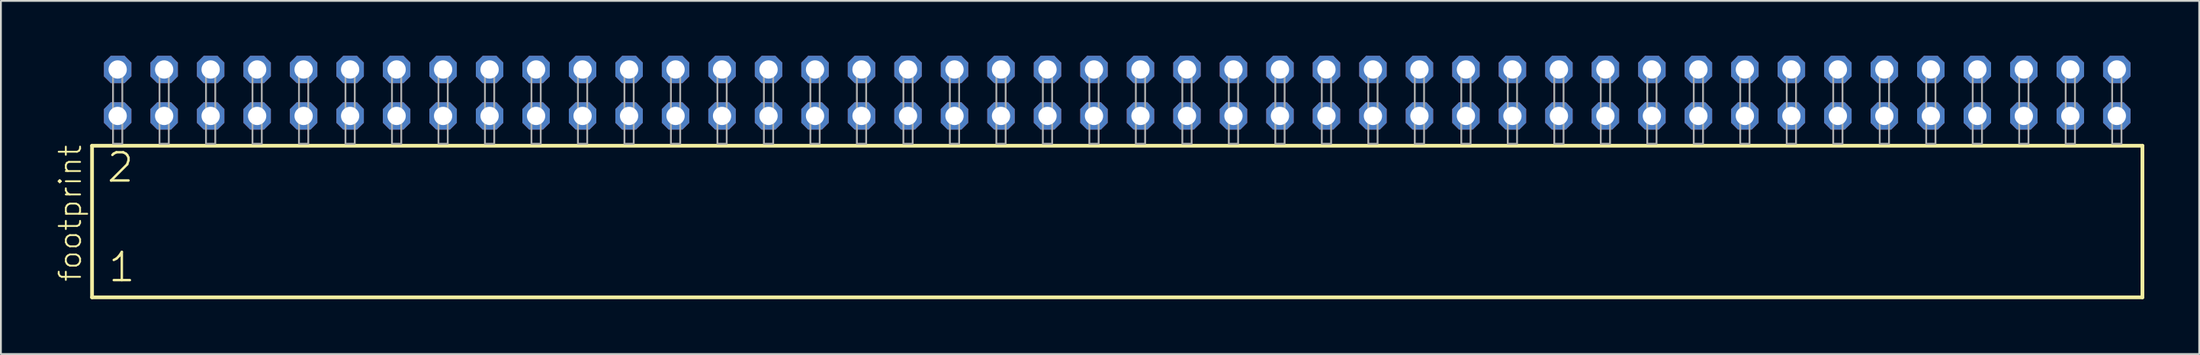
<source format=kicad_pcb>
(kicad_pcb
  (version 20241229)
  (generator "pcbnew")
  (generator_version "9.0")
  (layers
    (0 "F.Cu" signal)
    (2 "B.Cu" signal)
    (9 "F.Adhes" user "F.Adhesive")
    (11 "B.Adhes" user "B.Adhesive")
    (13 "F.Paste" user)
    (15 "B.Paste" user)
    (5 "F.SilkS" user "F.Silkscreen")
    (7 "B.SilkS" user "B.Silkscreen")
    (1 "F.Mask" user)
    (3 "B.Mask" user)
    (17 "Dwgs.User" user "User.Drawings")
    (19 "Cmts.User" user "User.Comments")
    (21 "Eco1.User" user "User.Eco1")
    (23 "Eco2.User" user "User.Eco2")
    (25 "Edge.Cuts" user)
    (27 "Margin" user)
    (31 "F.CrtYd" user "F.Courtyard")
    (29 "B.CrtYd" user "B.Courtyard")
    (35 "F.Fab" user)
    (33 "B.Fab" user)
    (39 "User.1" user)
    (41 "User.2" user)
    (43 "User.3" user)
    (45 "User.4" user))
  (footprint "footprint"
    (layer "F.Cu")
    (at 57.988 4.814)
    (property "Reference" "footprint" (at -56.515 7.62 90) (layer "F.SilkS") (effects (font (size 1.168 1.168) (thickness 0.102)) (justify left bottom)))
    (fp_line (start -56.009 0.106) (end -56.009 8.396) (stroke (width 0.203) (type solid)) (layer "F.SilkS"))
    (fp_line (start -56.009 8.396) (end 56.009 8.396) (stroke (width 0.203) (type solid)) (layer "F.SilkS"))
    (fp_line (start 56.009 0.106) (end -56.009 0.106) (stroke (width 0.203) (type solid)) (layer "F.SilkS"))
    (fp_line (start 56.009 8.396) (end 56.009 0.106) (stroke (width 0.203) (type solid)) (layer "F.SilkS"))
    (fp_poly (pts (xy -54.864 0) (xy -54.356 0) (xy -54.356 -4.318) (xy -54.864 -4.318)) (stroke (width 0.1) (type solid)) (fill no) (layer "F.Fab"))
    (fp_poly (pts (xy -52.324 0) (xy -51.816 0) (xy -51.816 -4.318) (xy -52.324 -4.318)) (stroke (width 0.1) (type solid)) (fill no) (layer "F.Fab"))
    (fp_poly (pts (xy -49.784 0) (xy -49.276 0) (xy -49.276 -4.318) (xy -49.784 -4.318)) (stroke (width 0.1) (type solid)) (fill no) (layer "F.Fab"))
    (fp_poly (pts (xy -47.244 0) (xy -46.736 0) (xy -46.736 -4.318) (xy -47.244 -4.318)) (stroke (width 0.1) (type solid)) (fill no) (layer "F.Fab"))
    (fp_poly (pts (xy -44.704 0) (xy -44.196 0) (xy -44.196 -4.318) (xy -44.704 -4.318)) (stroke (width 0.1) (type solid)) (fill no) (layer "F.Fab"))
    (fp_poly (pts (xy -42.164 0) (xy -41.656 0) (xy -41.656 -4.318) (xy -42.164 -4.318)) (stroke (width 0.1) (type solid)) (fill no) (layer "F.Fab"))
    (fp_poly (pts (xy -39.624 0) (xy -39.116 0) (xy -39.116 -4.318) (xy -39.624 -4.318)) (stroke (width 0.1) (type solid)) (fill no) (layer "F.Fab"))
    (fp_poly (pts (xy -37.084 0) (xy -36.576 0) (xy -36.576 -4.318) (xy -37.084 -4.318)) (stroke (width 0.1) (type solid)) (fill no) (layer "F.Fab"))
    (fp_poly (pts (xy -34.544 0) (xy -34.036 0) (xy -34.036 -4.318) (xy -34.544 -4.318)) (stroke (width 0.1) (type solid)) (fill no) (layer "F.Fab"))
    (fp_poly (pts (xy -32.004 0) (xy -31.496 0) (xy -31.496 -4.318) (xy -32.004 -4.318)) (stroke (width 0.1) (type solid)) (fill no) (layer "F.Fab"))
    (fp_poly (pts (xy -29.464 0) (xy -28.956 0) (xy -28.956 -4.318) (xy -29.464 -4.318)) (stroke (width 0.1) (type solid)) (fill no) (layer "F.Fab"))
    (fp_poly (pts (xy -26.924 0) (xy -26.416 0) (xy -26.416 -4.318) (xy -26.924 -4.318)) (stroke (width 0.1) (type solid)) (fill no) (layer "F.Fab"))
    (fp_poly (pts (xy -24.384 0) (xy -23.876 0) (xy -23.876 -4.318) (xy -24.384 -4.318)) (stroke (width 0.1) (type solid)) (fill no) (layer "F.Fab"))
    (fp_poly (pts (xy -21.844 0) (xy -21.336 0) (xy -21.336 -4.318) (xy -21.844 -4.318)) (stroke (width 0.1) (type solid)) (fill no) (layer "F.Fab"))
    (fp_poly (pts (xy -19.304 0) (xy -18.796 0) (xy -18.796 -4.318) (xy -19.304 -4.318)) (stroke (width 0.1) (type solid)) (fill no) (layer "F.Fab"))
    (fp_poly (pts (xy -16.764 0) (xy -16.256 0) (xy -16.256 -4.318) (xy -16.764 -4.318)) (stroke (width 0.1) (type solid)) (fill no) (layer "F.Fab"))
    (fp_poly (pts (xy -14.224 0) (xy -13.716 0) (xy -13.716 -4.318) (xy -14.224 -4.318)) (stroke (width 0.1) (type solid)) (fill no) (layer "F.Fab"))
    (fp_poly (pts (xy -11.684 0) (xy -11.176 0) (xy -11.176 -4.318) (xy -11.684 -4.318)) (stroke (width 0.1) (type solid)) (fill no) (layer "F.Fab"))
    (fp_poly (pts (xy -9.144 0) (xy -8.636 0) (xy -8.636 -4.318) (xy -9.144 -4.318)) (stroke (width 0.1) (type solid)) (fill no) (layer "F.Fab"))
    (fp_poly (pts (xy -6.604 0) (xy -6.096 0) (xy -6.096 -4.318) (xy -6.604 -4.318)) (stroke (width 0.1) (type solid)) (fill no) (layer "F.Fab"))
    (fp_poly (pts (xy -4.064 0) (xy -3.556 0) (xy -3.556 -4.318) (xy -4.064 -4.318)) (stroke (width 0.1) (type solid)) (fill no) (layer "F.Fab"))
    (fp_poly (pts (xy -1.524 0) (xy -1.016 0) (xy -1.016 -4.318) (xy -1.524 -4.318)) (stroke (width 0.1) (type solid)) (fill no) (layer "F.Fab"))
    (fp_poly (pts (xy 1.016 0) (xy 1.524 0) (xy 1.524 -4.318) (xy 1.016 -4.318)) (stroke (width 0.1) (type solid)) (fill no) (layer "F.Fab"))
    (fp_poly (pts (xy 3.556 0) (xy 4.064 0) (xy 4.064 -4.318) (xy 3.556 -4.318)) (stroke (width 0.1) (type solid)) (fill no) (layer "F.Fab"))
    (fp_poly (pts (xy 6.096 0) (xy 6.604 0) (xy 6.604 -4.318) (xy 6.096 -4.318)) (stroke (width 0.1) (type solid)) (fill no) (layer "F.Fab"))
    (fp_poly (pts (xy 8.636 0) (xy 9.144 0) (xy 9.144 -4.318) (xy 8.636 -4.318)) (stroke (width 0.1) (type solid)) (fill no) (layer "F.Fab"))
    (fp_poly (pts (xy 11.176 0) (xy 11.684 0) (xy 11.684 -4.318) (xy 11.176 -4.318)) (stroke (width 0.1) (type solid)) (fill no) (layer "F.Fab"))
    (fp_poly (pts (xy 13.716 0) (xy 14.224 0) (xy 14.224 -4.318) (xy 13.716 -4.318)) (stroke (width 0.1) (type solid)) (fill no) (layer "F.Fab"))
    (fp_poly (pts (xy 16.256 0) (xy 16.764 0) (xy 16.764 -4.318) (xy 16.256 -4.318)) (stroke (width 0.1) (type solid)) (fill no) (layer "F.Fab"))
    (fp_poly (pts (xy 18.796 0) (xy 19.304 0) (xy 19.304 -4.318) (xy 18.796 -4.318)) (stroke (width 0.1) (type solid)) (fill no) (layer "F.Fab"))
    (fp_poly (pts (xy 21.336 0) (xy 21.844 0) (xy 21.844 -4.318) (xy 21.336 -4.318)) (stroke (width 0.1) (type solid)) (fill no) (layer "F.Fab"))
    (fp_poly (pts (xy 23.876 0) (xy 24.384 0) (xy 24.384 -4.318) (xy 23.876 -4.318)) (stroke (width 0.1) (type solid)) (fill no) (layer "F.Fab"))
    (fp_poly (pts (xy 26.416 0) (xy 26.924 0) (xy 26.924 -4.318) (xy 26.416 -4.318)) (stroke (width 0.1) (type solid)) (fill no) (layer "F.Fab"))
    (fp_poly (pts (xy 28.956 0) (xy 29.464 0) (xy 29.464 -4.318) (xy 28.956 -4.318)) (stroke (width 0.1) (type solid)) (fill no) (layer "F.Fab"))
    (fp_poly (pts (xy 31.496 0) (xy 32.004 0) (xy 32.004 -4.318) (xy 31.496 -4.318)) (stroke (width 0.1) (type solid)) (fill no) (layer "F.Fab"))
    (fp_poly (pts (xy 34.036 0) (xy 34.544 0) (xy 34.544 -4.318) (xy 34.036 -4.318)) (stroke (width 0.1) (type solid)) (fill no) (layer "F.Fab"))
    (fp_poly (pts (xy 36.576 0) (xy 37.084 0) (xy 37.084 -4.318) (xy 36.576 -4.318)) (stroke (width 0.1) (type solid)) (fill no) (layer "F.Fab"))
    (fp_poly (pts (xy 39.116 0) (xy 39.624 0) (xy 39.624 -4.318) (xy 39.116 -4.318)) (stroke (width 0.1) (type solid)) (fill no) (layer "F.Fab"))
    (fp_poly (pts (xy 41.656 0) (xy 42.164 0) (xy 42.164 -4.318) (xy 41.656 -4.318)) (stroke (width 0.1) (type solid)) (fill no) (layer "F.Fab"))
    (fp_poly (pts (xy 44.196 0) (xy 44.704 0) (xy 44.704 -4.318) (xy 44.196 -4.318)) (stroke (width 0.1) (type solid)) (fill no) (layer "F.Fab"))
    (fp_poly (pts (xy 46.736 0) (xy 47.244 0) (xy 47.244 -4.318) (xy 46.736 -4.318)) (stroke (width 0.1) (type solid)) (fill no) (layer "F.Fab"))
    (fp_poly (pts (xy 49.276 0) (xy 49.784 0) (xy 49.784 -4.318) (xy 49.276 -4.318)) (stroke (width 0.1) (type solid)) (fill no) (layer "F.Fab"))
    (fp_poly (pts (xy 51.816 0) (xy 52.324 0) (xy 52.324 -4.318) (xy 51.816 -4.318)) (stroke (width 0.1) (type solid)) (fill no) (layer "F.Fab"))
    (fp_poly (pts (xy 54.356 0) (xy 54.864 0) (xy 54.864 -4.318) (xy 54.356 -4.318)) (stroke (width 0.1) (type solid)) (fill no) (layer "F.Fab"))
    (fp_text user "2" (at -55.28 2.2 0) (layer "F.SilkS") (effects (font (size 1.542 1.542) (thickness 0.134)) (justify left bottom)))
    (fp_text user "1" (at -55.205 7.65 0) (layer "F.SilkS") (effects (font (size 1.542 1.542) (thickness 0.134)) (justify left bottom)))
    (pad "1" thru_hole roundrect (at -54.61 -1.524) (size 1.5 1.5) (drill 1) (layers "*.Cu" "*.Mask") (roundrect_rratio 0.25) (chamfer_ratio 0.25) (chamfer top_left top_right bottom_left bottom_right))
    (pad "2" thru_hole roundrect (at -54.61 -4.064) (size 1.5 1.5) (drill 1) (layers "*.Cu" "*.Mask") (roundrect_rratio 0.25) (chamfer_ratio 0.25) (chamfer top_left top_right bottom_left bottom_right))
    (pad "3" thru_hole roundrect (at -52.07 -1.524) (size 1.5 1.5) (drill 1) (layers "*.Cu" "*.Mask") (roundrect_rratio 0.25) (chamfer_ratio 0.25) (chamfer top_left top_right bottom_left bottom_right))
    (pad "4" thru_hole roundrect (at -52.07 -4.064) (size 1.5 1.5) (drill 1) (layers "*.Cu" "*.Mask") (roundrect_rratio 0.25) (chamfer_ratio 0.25) (chamfer top_left top_right bottom_left bottom_right))
    (pad "5" thru_hole roundrect (at -49.53 -1.524) (size 1.5 1.5) (drill 1) (layers "*.Cu" "*.Mask") (roundrect_rratio 0.25) (chamfer_ratio 0.25) (chamfer top_left top_right bottom_left bottom_right))
    (pad "6" thru_hole roundrect (at -49.53 -4.064) (size 1.5 1.5) (drill 1) (layers "*.Cu" "*.Mask") (roundrect_rratio 0.25) (chamfer_ratio 0.25) (chamfer top_left top_right bottom_left bottom_right))
    (pad "7" thru_hole roundrect (at -46.99 -1.524) (size 1.5 1.5) (drill 1) (layers "*.Cu" "*.Mask") (roundrect_rratio 0.25) (chamfer_ratio 0.25) (chamfer top_left top_right bottom_left bottom_right))
    (pad "8" thru_hole roundrect (at -46.99 -4.064) (size 1.5 1.5) (drill 1) (layers "*.Cu" "*.Mask") (roundrect_rratio 0.25) (chamfer_ratio 0.25) (chamfer top_left top_right bottom_left bottom_right))
    (pad "9" thru_hole roundrect (at -44.45 -1.524) (size 1.5 1.5) (drill 1) (layers "*.Cu" "*.Mask") (roundrect_rratio 0.25) (chamfer_ratio 0.25) (chamfer top_left top_right bottom_left bottom_right))
    (pad "10" thru_hole roundrect (at -44.45 -4.064) (size 1.5 1.5) (drill 1) (layers "*.Cu" "*.Mask") (roundrect_rratio 0.25) (chamfer_ratio 0.25) (chamfer top_left top_right bottom_left bottom_right))
    (pad "11" thru_hole roundrect (at -41.91 -1.524) (size 1.5 1.5) (drill 1) (layers "*.Cu" "*.Mask") (roundrect_rratio 0.25) (chamfer_ratio 0.25) (chamfer top_left top_right bottom_left bottom_right))
    (pad "12" thru_hole roundrect (at -41.91 -4.064) (size 1.5 1.5) (drill 1) (layers "*.Cu" "*.Mask") (roundrect_rratio 0.25) (chamfer_ratio 0.25) (chamfer top_left top_right bottom_left bottom_right))
    (pad "13" thru_hole roundrect (at -39.37 -1.524) (size 1.5 1.5) (drill 1) (layers "*.Cu" "*.Mask") (roundrect_rratio 0.25) (chamfer_ratio 0.25) (chamfer top_left top_right bottom_left bottom_right))
    (pad "14" thru_hole roundrect (at -39.37 -4.064) (size 1.5 1.5) (drill 1) (layers "*.Cu" "*.Mask") (roundrect_rratio 0.25) (chamfer_ratio 0.25) (chamfer top_left top_right bottom_left bottom_right))
    (pad "15" thru_hole roundrect (at -36.83 -1.524) (size 1.5 1.5) (drill 1) (layers "*.Cu" "*.Mask") (roundrect_rratio 0.25) (chamfer_ratio 0.25) (chamfer top_left top_right bottom_left bottom_right))
    (pad "16" thru_hole roundrect (at -36.83 -4.064) (size 1.5 1.5) (drill 1) (layers "*.Cu" "*.Mask") (roundrect_rratio 0.25) (chamfer_ratio 0.25) (chamfer top_left top_right bottom_left bottom_right))
    (pad "17" thru_hole roundrect (at -34.29 -1.524) (size 1.5 1.5) (drill 1) (layers "*.Cu" "*.Mask") (roundrect_rratio 0.25) (chamfer_ratio 0.25) (chamfer top_left top_right bottom_left bottom_right))
    (pad "18" thru_hole roundrect (at -34.29 -4.064) (size 1.5 1.5) (drill 1) (layers "*.Cu" "*.Mask") (roundrect_rratio 0.25) (chamfer_ratio 0.25) (chamfer top_left top_right bottom_left bottom_right))
    (pad "19" thru_hole roundrect (at -31.75 -1.524) (size 1.5 1.5) (drill 1) (layers "*.Cu" "*.Mask") (roundrect_rratio 0.25) (chamfer_ratio 0.25) (chamfer top_left top_right bottom_left bottom_right))
    (pad "20" thru_hole roundrect (at -31.75 -4.064) (size 1.5 1.5) (drill 1) (layers "*.Cu" "*.Mask") (roundrect_rratio 0.25) (chamfer_ratio 0.25) (chamfer top_left top_right bottom_left bottom_right))
    (pad "21" thru_hole roundrect (at -29.21 -1.524) (size 1.5 1.5) (drill 1) (layers "*.Cu" "*.Mask") (roundrect_rratio 0.25) (chamfer_ratio 0.25) (chamfer top_left top_right bottom_left bottom_right))
    (pad "22" thru_hole roundrect (at -29.21 -4.064) (size 1.5 1.5) (drill 1) (layers "*.Cu" "*.Mask") (roundrect_rratio 0.25) (chamfer_ratio 0.25) (chamfer top_left top_right bottom_left bottom_right))
    (pad "23" thru_hole roundrect (at -26.67 -1.524) (size 1.5 1.5) (drill 1) (layers "*.Cu" "*.Mask") (roundrect_rratio 0.25) (chamfer_ratio 0.25) (chamfer top_left top_right bottom_left bottom_right))
    (pad "24" thru_hole roundrect (at -26.67 -4.064) (size 1.5 1.5) (drill 1) (layers "*.Cu" "*.Mask") (roundrect_rratio 0.25) (chamfer_ratio 0.25) (chamfer top_left top_right bottom_left bottom_right))
    (pad "25" thru_hole roundrect (at -24.13 -1.524) (size 1.5 1.5) (drill 1) (layers "*.Cu" "*.Mask") (roundrect_rratio 0.25) (chamfer_ratio 0.25) (chamfer top_left top_right bottom_left bottom_right))
    (pad "26" thru_hole roundrect (at -24.13 -4.064) (size 1.5 1.5) (drill 1) (layers "*.Cu" "*.Mask") (roundrect_rratio 0.25) (chamfer_ratio 0.25) (chamfer top_left top_right bottom_left bottom_right))
    (pad "27" thru_hole roundrect (at -21.59 -1.524) (size 1.5 1.5) (drill 1) (layers "*.Cu" "*.Mask") (roundrect_rratio 0.25) (chamfer_ratio 0.25) (chamfer top_left top_right bottom_left bottom_right))
    (pad "28" thru_hole roundrect (at -21.59 -4.064) (size 1.5 1.5) (drill 1) (layers "*.Cu" "*.Mask") (roundrect_rratio 0.25) (chamfer_ratio 0.25) (chamfer top_left top_right bottom_left bottom_right))
    (pad "29" thru_hole roundrect (at -19.05 -1.524) (size 1.5 1.5) (drill 1) (layers "*.Cu" "*.Mask") (roundrect_rratio 0.25) (chamfer_ratio 0.25) (chamfer top_left top_right bottom_left bottom_right))
    (pad "30" thru_hole roundrect (at -19.05 -4.064) (size 1.5 1.5) (drill 1) (layers "*.Cu" "*.Mask") (roundrect_rratio 0.25) (chamfer_ratio 0.25) (chamfer top_left top_right bottom_left bottom_right))
    (pad "31" thru_hole roundrect (at -16.51 -1.524) (size 1.5 1.5) (drill 1) (layers "*.Cu" "*.Mask") (roundrect_rratio 0.25) (chamfer_ratio 0.25) (chamfer top_left top_right bottom_left bottom_right))
    (pad "32" thru_hole roundrect (at -16.51 -4.064) (size 1.5 1.5) (drill 1) (layers "*.Cu" "*.Mask") (roundrect_rratio 0.25) (chamfer_ratio 0.25) (chamfer top_left top_right bottom_left bottom_right))
    (pad "33" thru_hole roundrect (at -13.97 -1.524) (size 1.5 1.5) (drill 1) (layers "*.Cu" "*.Mask") (roundrect_rratio 0.25) (chamfer_ratio 0.25) (chamfer top_left top_right bottom_left bottom_right))
    (pad "34" thru_hole roundrect (at -13.97 -4.064) (size 1.5 1.5) (drill 1) (layers "*.Cu" "*.Mask") (roundrect_rratio 0.25) (chamfer_ratio 0.25) (chamfer top_left top_right bottom_left bottom_right))
    (pad "35" thru_hole roundrect (at -11.43 -1.524) (size 1.5 1.5) (drill 1) (layers "*.Cu" "*.Mask") (roundrect_rratio 0.25) (chamfer_ratio 0.25) (chamfer top_left top_right bottom_left bottom_right))
    (pad "36" thru_hole roundrect (at -11.43 -4.064) (size 1.5 1.5) (drill 1) (layers "*.Cu" "*.Mask") (roundrect_rratio 0.25) (chamfer_ratio 0.25) (chamfer top_left top_right bottom_left bottom_right))
    (pad "37" thru_hole roundrect (at -8.89 -1.524) (size 1.5 1.5) (drill 1) (layers "*.Cu" "*.Mask") (roundrect_rratio 0.25) (chamfer_ratio 0.25) (chamfer top_left top_right bottom_left bottom_right))
    (pad "38" thru_hole roundrect (at -8.89 -4.064) (size 1.5 1.5) (drill 1) (layers "*.Cu" "*.Mask") (roundrect_rratio 0.25) (chamfer_ratio 0.25) (chamfer top_left top_right bottom_left bottom_right))
    (pad "39" thru_hole roundrect (at -6.35 -1.524) (size 1.5 1.5) (drill 1) (layers "*.Cu" "*.Mask") (roundrect_rratio 0.25) (chamfer_ratio 0.25) (chamfer top_left top_right bottom_left bottom_right))
    (pad "40" thru_hole roundrect (at -6.35 -4.064) (size 1.5 1.5) (drill 1) (layers "*.Cu" "*.Mask") (roundrect_rratio 0.25) (chamfer_ratio 0.25) (chamfer top_left top_right bottom_left bottom_right))
    (pad "41" thru_hole roundrect (at -3.81 -1.524) (size 1.5 1.5) (drill 1) (layers "*.Cu" "*.Mask") (roundrect_rratio 0.25) (chamfer_ratio 0.25) (chamfer top_left top_right bottom_left bottom_right))
    (pad "42" thru_hole roundrect (at -3.81 -4.064) (size 1.5 1.5) (drill 1) (layers "*.Cu" "*.Mask") (roundrect_rratio 0.25) (chamfer_ratio 0.25) (chamfer top_left top_right bottom_left bottom_right))
    (pad "43" thru_hole roundrect (at -1.27 -1.524) (size 1.5 1.5) (drill 1) (layers "*.Cu" "*.Mask") (roundrect_rratio 0.25) (chamfer_ratio 0.25) (chamfer top_left top_right bottom_left bottom_right))
    (pad "44" thru_hole roundrect (at -1.27 -4.064) (size 1.5 1.5) (drill 1) (layers "*.Cu" "*.Mask") (roundrect_rratio 0.25) (chamfer_ratio 0.25) (chamfer top_left top_right bottom_left bottom_right))
    (pad "45" thru_hole roundrect (at 1.27 -1.524) (size 1.5 1.5) (drill 1) (layers "*.Cu" "*.Mask") (roundrect_rratio 0.25) (chamfer_ratio 0.25) (chamfer top_left top_right bottom_left bottom_right))
    (pad "46" thru_hole roundrect (at 1.27 -4.064) (size 1.5 1.5) (drill 1) (layers "*.Cu" "*.Mask") (roundrect_rratio 0.25) (chamfer_ratio 0.25) (chamfer top_left top_right bottom_left bottom_right))
    (pad "47" thru_hole roundrect (at 3.81 -1.524) (size 1.5 1.5) (drill 1) (layers "*.Cu" "*.Mask") (roundrect_rratio 0.25) (chamfer_ratio 0.25) (chamfer top_left top_right bottom_left bottom_right))
    (pad "48" thru_hole roundrect (at 3.81 -4.064) (size 1.5 1.5) (drill 1) (layers "*.Cu" "*.Mask") (roundrect_rratio 0.25) (chamfer_ratio 0.25) (chamfer top_left top_right bottom_left bottom_right))
    (pad "49" thru_hole roundrect (at 6.35 -1.524) (size 1.5 1.5) (drill 1) (layers "*.Cu" "*.Mask") (roundrect_rratio 0.25) (chamfer_ratio 0.25) (chamfer top_left top_right bottom_left bottom_right))
    (pad "50" thru_hole roundrect (at 6.35 -4.064) (size 1.5 1.5) (drill 1) (layers "*.Cu" "*.Mask") (roundrect_rratio 0.25) (chamfer_ratio 0.25) (chamfer top_left top_right bottom_left bottom_right))
    (pad "51" thru_hole roundrect (at 8.89 -1.524) (size 1.5 1.5) (drill 1) (layers "*.Cu" "*.Mask") (roundrect_rratio 0.25) (chamfer_ratio 0.25) (chamfer top_left top_right bottom_left bottom_right))
    (pad "52" thru_hole roundrect (at 8.89 -4.064) (size 1.5 1.5) (drill 1) (layers "*.Cu" "*.Mask") (roundrect_rratio 0.25) (chamfer_ratio 0.25) (chamfer top_left top_right bottom_left bottom_right))
    (pad "53" thru_hole roundrect (at 11.43 -1.524) (size 1.5 1.5) (drill 1) (layers "*.Cu" "*.Mask") (roundrect_rratio 0.25) (chamfer_ratio 0.25) (chamfer top_left top_right bottom_left bottom_right))
    (pad "54" thru_hole roundrect (at 11.43 -4.064) (size 1.5 1.5) (drill 1) (layers "*.Cu" "*.Mask") (roundrect_rratio 0.25) (chamfer_ratio 0.25) (chamfer top_left top_right bottom_left bottom_right))
    (pad "55" thru_hole roundrect (at 13.97 -1.524) (size 1.5 1.5) (drill 1) (layers "*.Cu" "*.Mask") (roundrect_rratio 0.25) (chamfer_ratio 0.25) (chamfer top_left top_right bottom_left bottom_right))
    (pad "56" thru_hole roundrect (at 13.97 -4.064) (size 1.5 1.5) (drill 1) (layers "*.Cu" "*.Mask") (roundrect_rratio 0.25) (chamfer_ratio 0.25) (chamfer top_left top_right bottom_left bottom_right))
    (pad "57" thru_hole roundrect (at 16.51 -1.524) (size 1.5 1.5) (drill 1) (layers "*.Cu" "*.Mask") (roundrect_rratio 0.25) (chamfer_ratio 0.25) (chamfer top_left top_right bottom_left bottom_right))
    (pad "58" thru_hole roundrect (at 16.51 -4.064) (size 1.5 1.5) (drill 1) (layers "*.Cu" "*.Mask") (roundrect_rratio 0.25) (chamfer_ratio 0.25) (chamfer top_left top_right bottom_left bottom_right))
    (pad "59" thru_hole roundrect (at 19.05 -1.524) (size 1.5 1.5) (drill 1) (layers "*.Cu" "*.Mask") (roundrect_rratio 0.25) (chamfer_ratio 0.25) (chamfer top_left top_right bottom_left bottom_right))
    (pad "60" thru_hole roundrect (at 19.05 -4.064) (size 1.5 1.5) (drill 1) (layers "*.Cu" "*.Mask") (roundrect_rratio 0.25) (chamfer_ratio 0.25) (chamfer top_left top_right bottom_left bottom_right))
    (pad "61" thru_hole roundrect (at 21.59 -1.524) (size 1.5 1.5) (drill 1) (layers "*.Cu" "*.Mask") (roundrect_rratio 0.25) (chamfer_ratio 0.25) (chamfer top_left top_right bottom_left bottom_right))
    (pad "62" thru_hole roundrect (at 21.59 -4.064) (size 1.5 1.5) (drill 1) (layers "*.Cu" "*.Mask") (roundrect_rratio 0.25) (chamfer_ratio 0.25) (chamfer top_left top_right bottom_left bottom_right))
    (pad "63" thru_hole roundrect (at 24.13 -1.524) (size 1.5 1.5) (drill 1) (layers "*.Cu" "*.Mask") (roundrect_rratio 0.25) (chamfer_ratio 0.25) (chamfer top_left top_right bottom_left bottom_right))
    (pad "64" thru_hole roundrect (at 24.13 -4.064) (size 1.5 1.5) (drill 1) (layers "*.Cu" "*.Mask") (roundrect_rratio 0.25) (chamfer_ratio 0.25) (chamfer top_left top_right bottom_left bottom_right))
    (pad "65" thru_hole roundrect (at 26.67 -1.524) (size 1.5 1.5) (drill 1) (layers "*.Cu" "*.Mask") (roundrect_rratio 0.25) (chamfer_ratio 0.25) (chamfer top_left top_right bottom_left bottom_right))
    (pad "66" thru_hole roundrect (at 26.67 -4.064) (size 1.5 1.5) (drill 1) (layers "*.Cu" "*.Mask") (roundrect_rratio 0.25) (chamfer_ratio 0.25) (chamfer top_left top_right bottom_left bottom_right))
    (pad "67" thru_hole roundrect (at 29.21 -1.524) (size 1.5 1.5) (drill 1) (layers "*.Cu" "*.Mask") (roundrect_rratio 0.25) (chamfer_ratio 0.25) (chamfer top_left top_right bottom_left bottom_right))
    (pad "68" thru_hole roundrect (at 29.21 -4.064) (size 1.5 1.5) (drill 1) (layers "*.Cu" "*.Mask") (roundrect_rratio 0.25) (chamfer_ratio 0.25) (chamfer top_left top_right bottom_left bottom_right))
    (pad "69" thru_hole roundrect (at 31.75 -1.524) (size 1.5 1.5) (drill 1) (layers "*.Cu" "*.Mask") (roundrect_rratio 0.25) (chamfer_ratio 0.25) (chamfer top_left top_right bottom_left bottom_right))
    (pad "70" thru_hole roundrect (at 31.75 -4.064) (size 1.5 1.5) (drill 1) (layers "*.Cu" "*.Mask") (roundrect_rratio 0.25) (chamfer_ratio 0.25) (chamfer top_left top_right bottom_left bottom_right))
    (pad "71" thru_hole roundrect (at 34.29 -1.524) (size 1.5 1.5) (drill 1) (layers "*.Cu" "*.Mask") (roundrect_rratio 0.25) (chamfer_ratio 0.25) (chamfer top_left top_right bottom_left bottom_right))
    (pad "72" thru_hole roundrect (at 34.29 -4.064) (size 1.5 1.5) (drill 1) (layers "*.Cu" "*.Mask") (roundrect_rratio 0.25) (chamfer_ratio 0.25) (chamfer top_left top_right bottom_left bottom_right))
    (pad "73" thru_hole roundrect (at 36.83 -1.524) (size 1.5 1.5) (drill 1) (layers "*.Cu" "*.Mask") (roundrect_rratio 0.25) (chamfer_ratio 0.25) (chamfer top_left top_right bottom_left bottom_right))
    (pad "74" thru_hole roundrect (at 36.83 -4.064) (size 1.5 1.5) (drill 1) (layers "*.Cu" "*.Mask") (roundrect_rratio 0.25) (chamfer_ratio 0.25) (chamfer top_left top_right bottom_left bottom_right))
    (pad "75" thru_hole roundrect (at 39.37 -1.524) (size 1.5 1.5) (drill 1) (layers "*.Cu" "*.Mask") (roundrect_rratio 0.25) (chamfer_ratio 0.25) (chamfer top_left top_right bottom_left bottom_right))
    (pad "76" thru_hole roundrect (at 39.37 -4.064) (size 1.5 1.5) (drill 1) (layers "*.Cu" "*.Mask") (roundrect_rratio 0.25) (chamfer_ratio 0.25) (chamfer top_left top_right bottom_left bottom_right))
    (pad "77" thru_hole roundrect (at 41.91 -1.524) (size 1.5 1.5) (drill 1) (layers "*.Cu" "*.Mask") (roundrect_rratio 0.25) (chamfer_ratio 0.25) (chamfer top_left top_right bottom_left bottom_right))
    (pad "78" thru_hole roundrect (at 41.91 -4.064) (size 1.5 1.5) (drill 1) (layers "*.Cu" "*.Mask") (roundrect_rratio 0.25) (chamfer_ratio 0.25) (chamfer top_left top_right bottom_left bottom_right))
    (pad "79" thru_hole roundrect (at 44.45 -1.524) (size 1.5 1.5) (drill 1) (layers "*.Cu" "*.Mask") (roundrect_rratio 0.25) (chamfer_ratio 0.25) (chamfer top_left top_right bottom_left bottom_right))
    (pad "80" thru_hole roundrect (at 44.45 -4.064) (size 1.5 1.5) (drill 1) (layers "*.Cu" "*.Mask") (roundrect_rratio 0.25) (chamfer_ratio 0.25) (chamfer top_left top_right bottom_left bottom_right))
    (pad "81" thru_hole roundrect (at 46.99 -1.524) (size 1.5 1.5) (drill 1) (layers "*.Cu" "*.Mask") (roundrect_rratio 0.25) (chamfer_ratio 0.25) (chamfer top_left top_right bottom_left bottom_right))
    (pad "82" thru_hole roundrect (at 46.99 -4.064) (size 1.5 1.5) (drill 1) (layers "*.Cu" "*.Mask") (roundrect_rratio 0.25) (chamfer_ratio 0.25) (chamfer top_left top_right bottom_left bottom_right))
    (pad "83" thru_hole roundrect (at 49.53 -1.524) (size 1.5 1.5) (drill 1) (layers "*.Cu" "*.Mask") (roundrect_rratio 0.25) (chamfer_ratio 0.25) (chamfer top_left top_right bottom_left bottom_right))
    (pad "84" thru_hole roundrect (at 49.53 -4.064) (size 1.5 1.5) (drill 1) (layers "*.Cu" "*.Mask") (roundrect_rratio 0.25) (chamfer_ratio 0.25) (chamfer top_left top_right bottom_left bottom_right))
    (pad "85" thru_hole roundrect (at 52.07 -1.524) (size 1.5 1.5) (drill 1) (layers "*.Cu" "*.Mask") (roundrect_rratio 0.25) (chamfer_ratio 0.25) (chamfer top_left top_right bottom_left bottom_right))
    (pad "86" thru_hole roundrect (at 52.07 -4.064) (size 1.5 1.5) (drill 1) (layers "*.Cu" "*.Mask") (roundrect_rratio 0.25) (chamfer_ratio 0.25) (chamfer top_left top_right bottom_left bottom_right))
    (pad "87" thru_hole roundrect (at 54.61 -1.524) (size 1.5 1.5) (drill 1) (layers "*.Cu" "*.Mask") (roundrect_rratio 0.25) (chamfer_ratio 0.25) (chamfer top_left top_right bottom_left bottom_right))
    (pad "88" thru_hole roundrect (at 54.61 -4.064) (size 1.5 1.5) (drill 1) (layers "*.Cu" "*.Mask") (roundrect_rratio 0.25) (chamfer_ratio 0.25) (chamfer top_left top_right bottom_left bottom_right)))
  (gr_rect
    (start -3 -3)
    (end 117.099 16.312)
    (stroke (width 0.1) (type default))
    (fill no)
    (layer "Edge.Cuts")))
</source>
